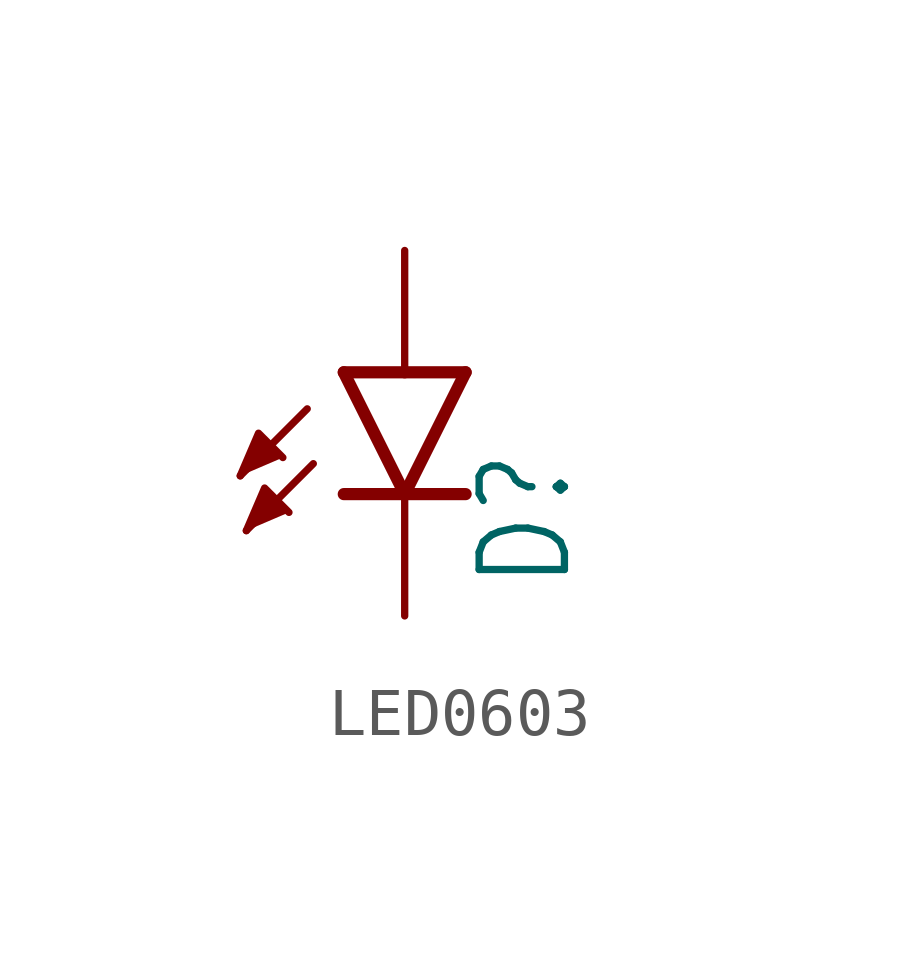
<source format=kicad_sym>
(kicad_symbol_lib
  (version 20220914)
  (generator kicad_symbol_editor)
  (symbol "LED0603"
    (property "Reference" "D"
      (at 3.556 -4.572 90)
      (effects (font (size 1.778 1.511)) (justify left bottom)))
    (property "Value" ""
      (at 5.715 -4.572 90)
      (effects (font (size 1.778 1.511)) (justify left bottom)))
    (property "ki_locked" ""
      (at 0 0 0)
      (effects (font (size 1.27 1.27))))
    (symbol "LED0603_1_0"
      (polyline (pts (xy -2.032 -0.762) (xy -3.429 -2.159)) (stroke (width 0.152) (type solid)) (fill (type none)))
      (polyline (pts (xy -1.905 -1.905) (xy -3.302 -3.302)) (stroke (width 0.152) (type solid)) (fill (type none)))
      (polyline (pts (xy 0 -2.54) (xy -1.27 -2.54)) (stroke (width 0.254) (type solid)) (fill (type none)))
      (polyline (pts (xy 0 -2.54) (xy -1.27 0)) (stroke (width 0.254) (type solid)) (fill (type none)))
      (polyline (pts (xy 0 0) (xy -1.27 0)) (stroke (width 0.254) (type solid)) (fill (type none)))
      (polyline (pts (xy 1.27 -2.54) (xy 0 -2.54)) (stroke (width 0.254) (type solid)) (fill (type none)))
      (polyline (pts (xy 1.27 0) (xy 0 -2.54)) (stroke (width 0.254) (type solid)) (fill (type none)))
      (polyline (pts (xy 1.27 0) (xy 0 0)) (stroke (width 0.254) (type solid)) (fill (type none)))
      (polyline (pts (xy -3.429 -2.159) (xy -3.048 -1.27) (xy -2.54 -1.778)) (stroke (width 0.152) (type solid)) (fill (type outline)))
      (polyline (pts (xy -3.302 -3.302) (xy -2.921 -2.413) (xy -2.413 -2.921)) (stroke (width 0.152) (type solid)) (fill (type outline)))
      (pin passive line (at 0 2.54 270) (length 2.54) (name "A" (effects (font (size 0 0)))) (number "A" (effects (font (size 0 0)))))
      (pin passive line (at 0 -5.08 90) (length 2.54) (name "C" (effects (font (size 0 0)))) (number "C" (effects (font (size 0 0))))))))
</source>
